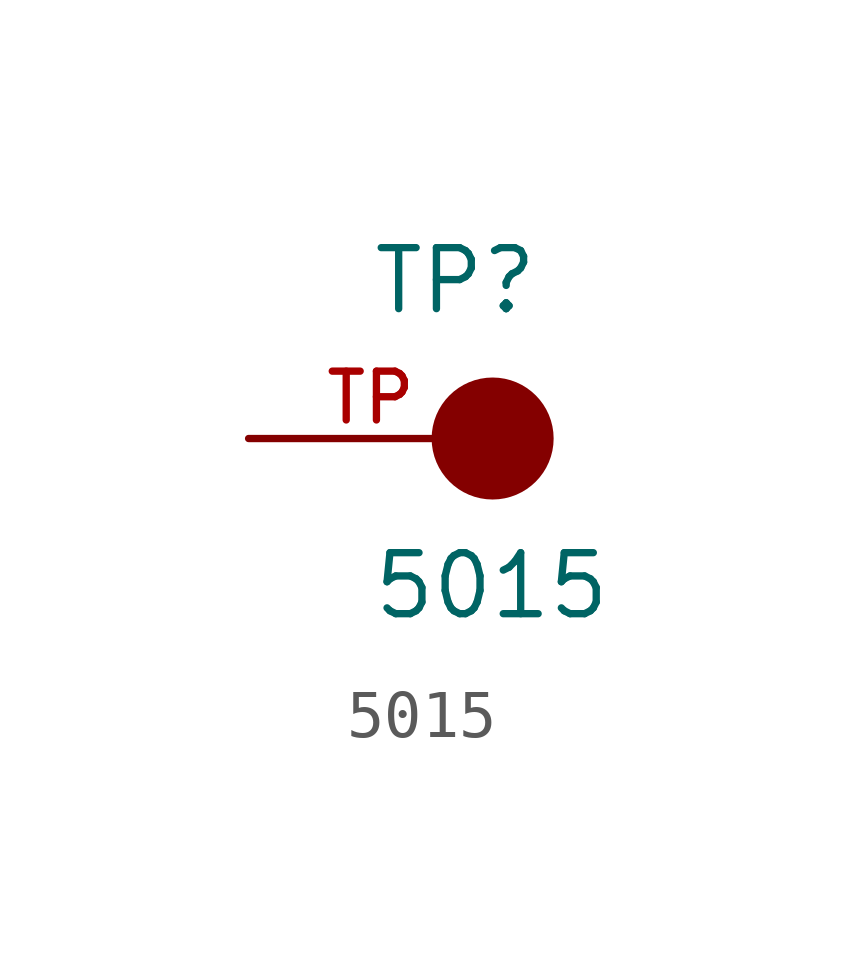
<source format=kicad_sym>
(kicad_symbol_lib
  (version 20211014)
  (generator kicad_symbol_editor)
  (symbol "5015"
    (pin_names
      (offset 1.016))
    (property "Reference" "TP"
      (at -2.54 2.54 0)
      (effects (font (size 1.27 1.27)) (justify bottom left)))
    (property "Value" "5015"
      (at -2.54 -3.81 0)
      (effects (font (size 1.27 1.27)) (justify bottom left)))
    (symbol "5015_0_0"
      (circle (center 0.0 0.0) (radius 0.635) (stroke (width 1.27)) (fill (type none)))
      (pin passive line (at -5.08 0.0 0) (length 5.08) (name "~" (effects (font (size 1.016 1.016)))) (number "TP" (effects (font (size 1.016 1.016))))))))
</source>
